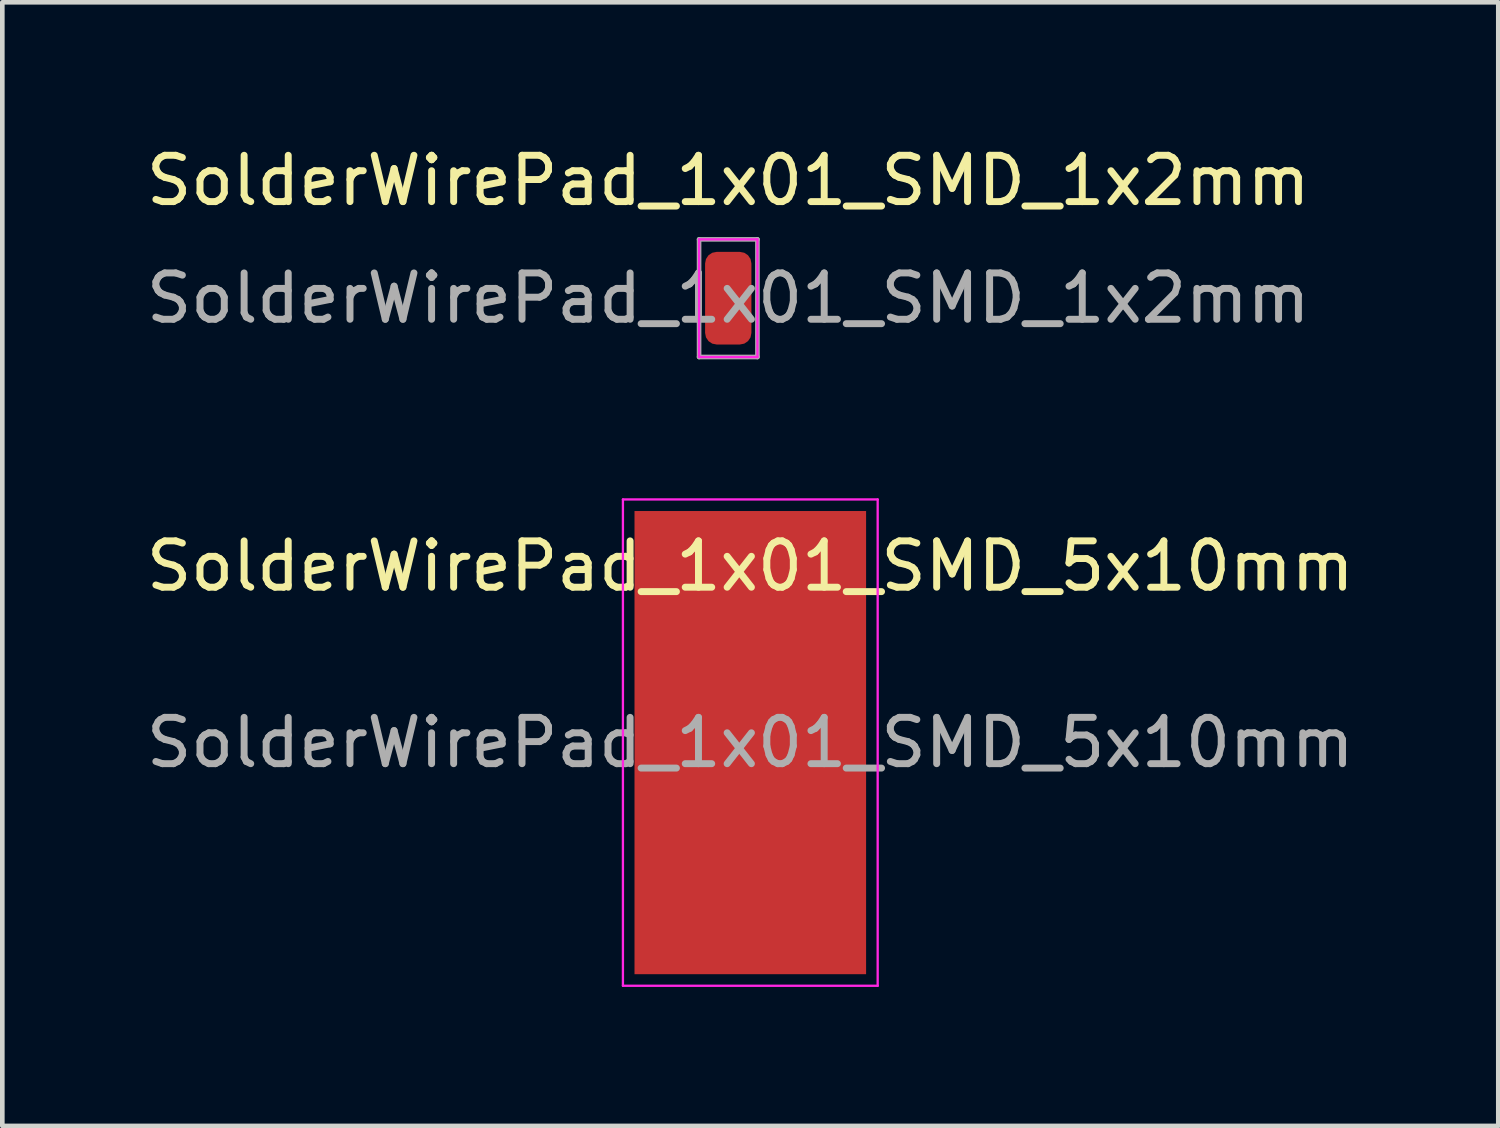
<source format=kicad_pcb>
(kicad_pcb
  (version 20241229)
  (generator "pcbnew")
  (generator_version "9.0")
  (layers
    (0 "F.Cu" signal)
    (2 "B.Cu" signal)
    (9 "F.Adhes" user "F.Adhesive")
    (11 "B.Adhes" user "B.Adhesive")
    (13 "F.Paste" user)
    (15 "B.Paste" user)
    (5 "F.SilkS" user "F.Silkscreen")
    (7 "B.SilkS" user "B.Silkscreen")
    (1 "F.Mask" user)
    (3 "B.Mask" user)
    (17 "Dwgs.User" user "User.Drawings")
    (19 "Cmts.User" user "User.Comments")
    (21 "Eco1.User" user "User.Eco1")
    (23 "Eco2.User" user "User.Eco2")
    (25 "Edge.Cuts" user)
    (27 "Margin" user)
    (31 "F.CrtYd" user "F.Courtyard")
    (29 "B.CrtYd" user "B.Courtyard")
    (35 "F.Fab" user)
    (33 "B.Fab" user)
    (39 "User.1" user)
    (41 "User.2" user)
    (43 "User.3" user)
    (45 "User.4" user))
  (footprint "SolderWirePad_1x01_SMD_5x10mm"
    (layer "F.Cu")
    (at 13.149 12.983)
    (property "Reference" "SolderWirePad_1x01_SMD_5x10mm" (at 0 -3.81 0) (layer "F.SilkS") (effects (font (size 1 1) (thickness 0.15))))
    (attr smd exclude_from_pos_files exclude_from_bom)
    (fp_line (start -2.75 -5.25) (end -2.75 5.25) (stroke (width 0.05) (type solid)) (layer "F.CrtYd"))
    (fp_line (start -2.75 5.25) (end 2.75 5.25) (stroke (width 0.05) (type solid)) (layer "F.CrtYd"))
    (fp_line (start 2.75 -5.25) (end -2.75 -5.25) (stroke (width 0.05) (type solid)) (layer "F.CrtYd"))
    (fp_line (start 2.75 5.25) (end 2.75 -5.25) (stroke (width 0.05) (type solid)) (layer "F.CrtYd"))
    (fp_text user "${REFERENCE}" (at 0 0 0) (layer "F.Fab") (effects (font (size 1 1) (thickness 0.15))))
    (pad "1" smd rect (at 0 0) (size 5 10) (layers "F.Cu" "F.Mask" "F.Paste")))
  (footprint "SolderWirePad_1x01_SMD_1x2mm"
    (layer "F.Cu")
    (at 12.673 3.388)
    (property "Reference" "SolderWirePad_1x01_SMD_1x2mm" (at 0 -2.54 0) (layer "F.SilkS") (effects (font (size 1 1) (thickness 0.15))))
    (attr exclude_from_pos_files exclude_from_bom)
    (fp_line (start -0.63 -1.27) (end -0.63 1.27) (stroke (width 0.05) (type solid)) (layer "F.CrtYd"))
    (fp_line (start -0.63 1.27) (end 0.63 1.27) (stroke (width 0.05) (type solid)) (layer "F.CrtYd"))
    (fp_line (start 0.63 -1.27) (end -0.63 -1.27) (stroke (width 0.05) (type solid)) (layer "F.CrtYd"))
    (fp_line (start 0.63 1.27) (end 0.63 -1.27) (stroke (width 0.05) (type solid)) (layer "F.CrtYd"))
    (fp_line (start -0.63 -1.27) (end 0.63 -1.27) (stroke (width 0.1) (type solid)) (layer "F.Fab"))
    (fp_line (start -0.63 1.27) (end -0.63 -1.27) (stroke (width 0.1) (type solid)) (layer "F.Fab"))
    (fp_line (start 0.63 -1.27) (end 0.63 1.27) (stroke (width 0.1) (type solid)) (layer "F.Fab"))
    (fp_line (start 0.63 1.27) (end -0.63 1.27) (stroke (width 0.1) (type solid)) (layer "F.Fab"))
    (fp_text user "${REFERENCE}" (at 0 0 0) (layer "F.Fab") (effects (font (size 1 1) (thickness 0.15))))
    (pad "1" smd roundrect (at 0 0) (size 1 2) (layers "F.Cu" "F.Mask" "F.Paste") (roundrect_rratio 0.25)))
  (gr_rect
    (start -3 -3)
    (end 29.298 21.258)
    (stroke (width 0.1) (type default))
    (fill no)
    (layer "Edge.Cuts")))
</source>
